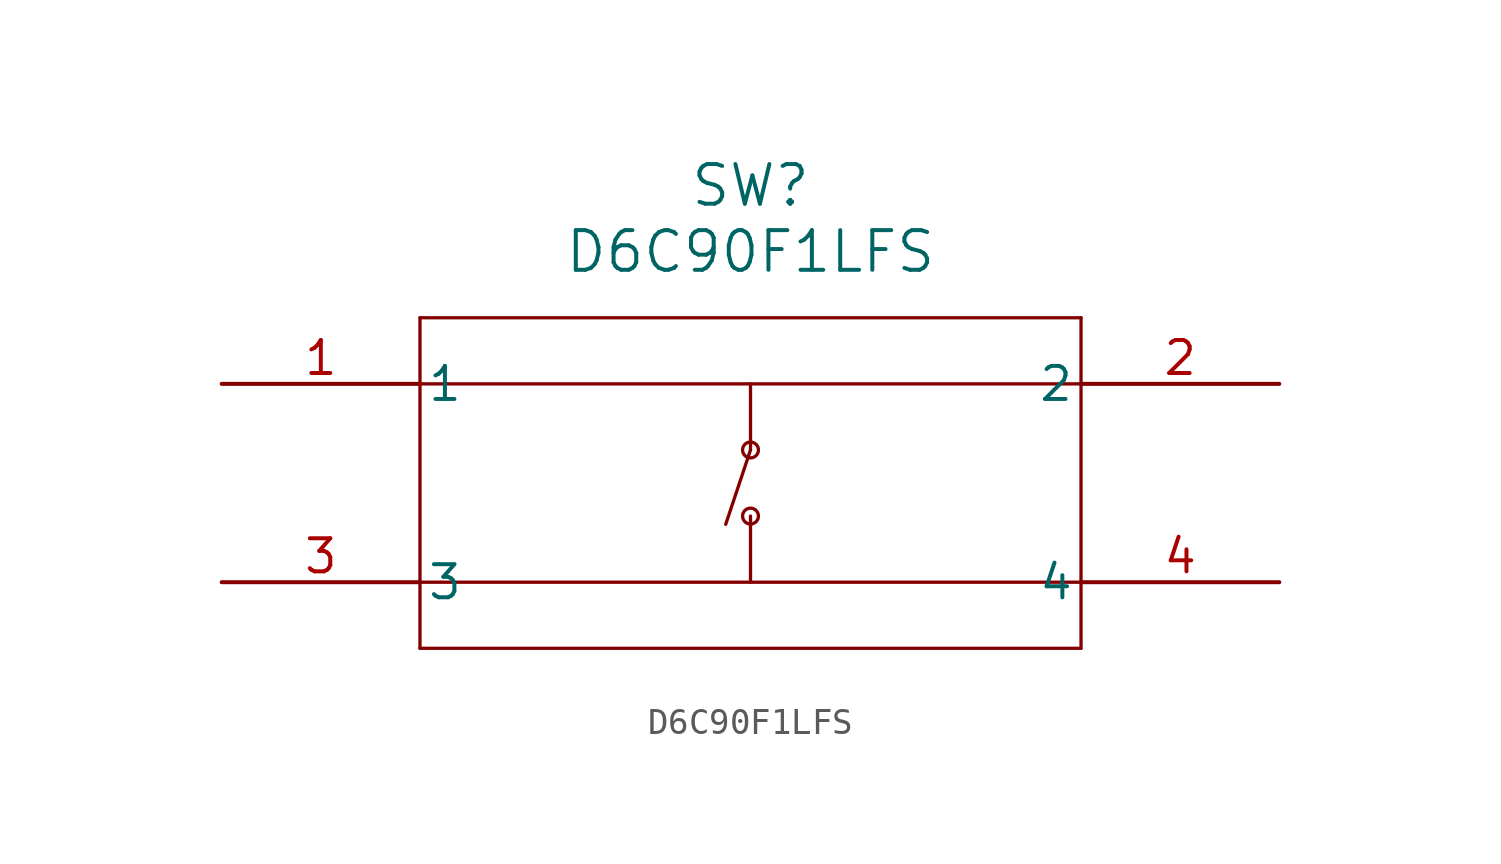
<source format=kicad_sym>
(kicad_symbol_lib
  (version 20220914)
  (generator kicad_symbol_editor)
  (symbol "D6C90F1LFS"
    (pin_names
      (offset 0.254))
    (property "Reference" "SW"
      (at 20.32 7.62 0)
      (effects (font (size 1.524 1.524))))
    (property "Value" "D6C90F1LFS"
      (at 20.32 5.08 0)
      (effects (font (size 1.524 1.524))))
    (property "ki_locked" ""
      (at 0 0 0)
      (effects (font (size 1.27 1.27))))
    (symbol "D6C90F1LFS_0_1"
      (polyline (pts (xy 7.62 -10.16) (xy 33.02 -10.16)) (stroke (width 0.127) (type default)) (fill (type none)))
      (polyline (pts (xy 7.62 -7.62) (xy 33.02 -7.62)) (stroke (width 0.127) (type default)) (fill (type none)))
      (polyline (pts (xy 7.62 0) (xy 33.02 0)) (stroke (width 0.127) (type default)) (fill (type none)))
      (polyline (pts (xy 7.62 2.54) (xy 7.62 -10.16)) (stroke (width 0.127) (type default)) (fill (type none)))
      (polyline (pts (xy 20.32 -5.08) (xy 20.32 -7.62)) (stroke (width 0.127) (type default)) (fill (type none)))
      (polyline (pts (xy 20.32 -2.54) (xy 19.367 -5.397)) (stroke (width 0.127) (type default)) (fill (type none)))
      (polyline (pts (xy 20.32 0) (xy 20.32 -2.54)) (stroke (width 0.127) (type default)) (fill (type none)))
      (polyline (pts (xy 33.02 -10.16) (xy 33.02 2.54)) (stroke (width 0.127) (type default)) (fill (type none)))
      (polyline (pts (xy 33.02 2.54) (xy 7.62 2.54)) (stroke (width 0.127) (type default)) (fill (type none)))
      (circle (center 20.32 -5.08) (radius 0.305) (stroke (width 0.127) (type default)) (fill (type none)))
      (circle (center 20.32 -2.54) (radius 0.305) (stroke (width 0.127) (type default)) (fill (type none))))
    (symbol "D6C90F1LFS_1_1"
      (pin passive line (at 0 0 0) (length 7.62) (name "1" (effects (font (size 1.27 1.27)))) (number "1" (effects (font (size 1.27 1.27)))))
      (pin passive line (at 40.64 0 180) (length 7.62) (name "2" (effects (font (size 1.27 1.27)))) (number "2" (effects (font (size 1.27 1.27)))))
      (pin passive line (at 0 -7.62 0) (length 7.62) (name "3" (effects (font (size 1.27 1.27)))) (number "3" (effects (font (size 1.27 1.27)))))
      (pin passive line (at 40.64 -7.62 180) (length 7.62) (name "4" (effects (font (size 1.27 1.27)))) (number "4" (effects (font (size 1.27 1.27))))))))
</source>
